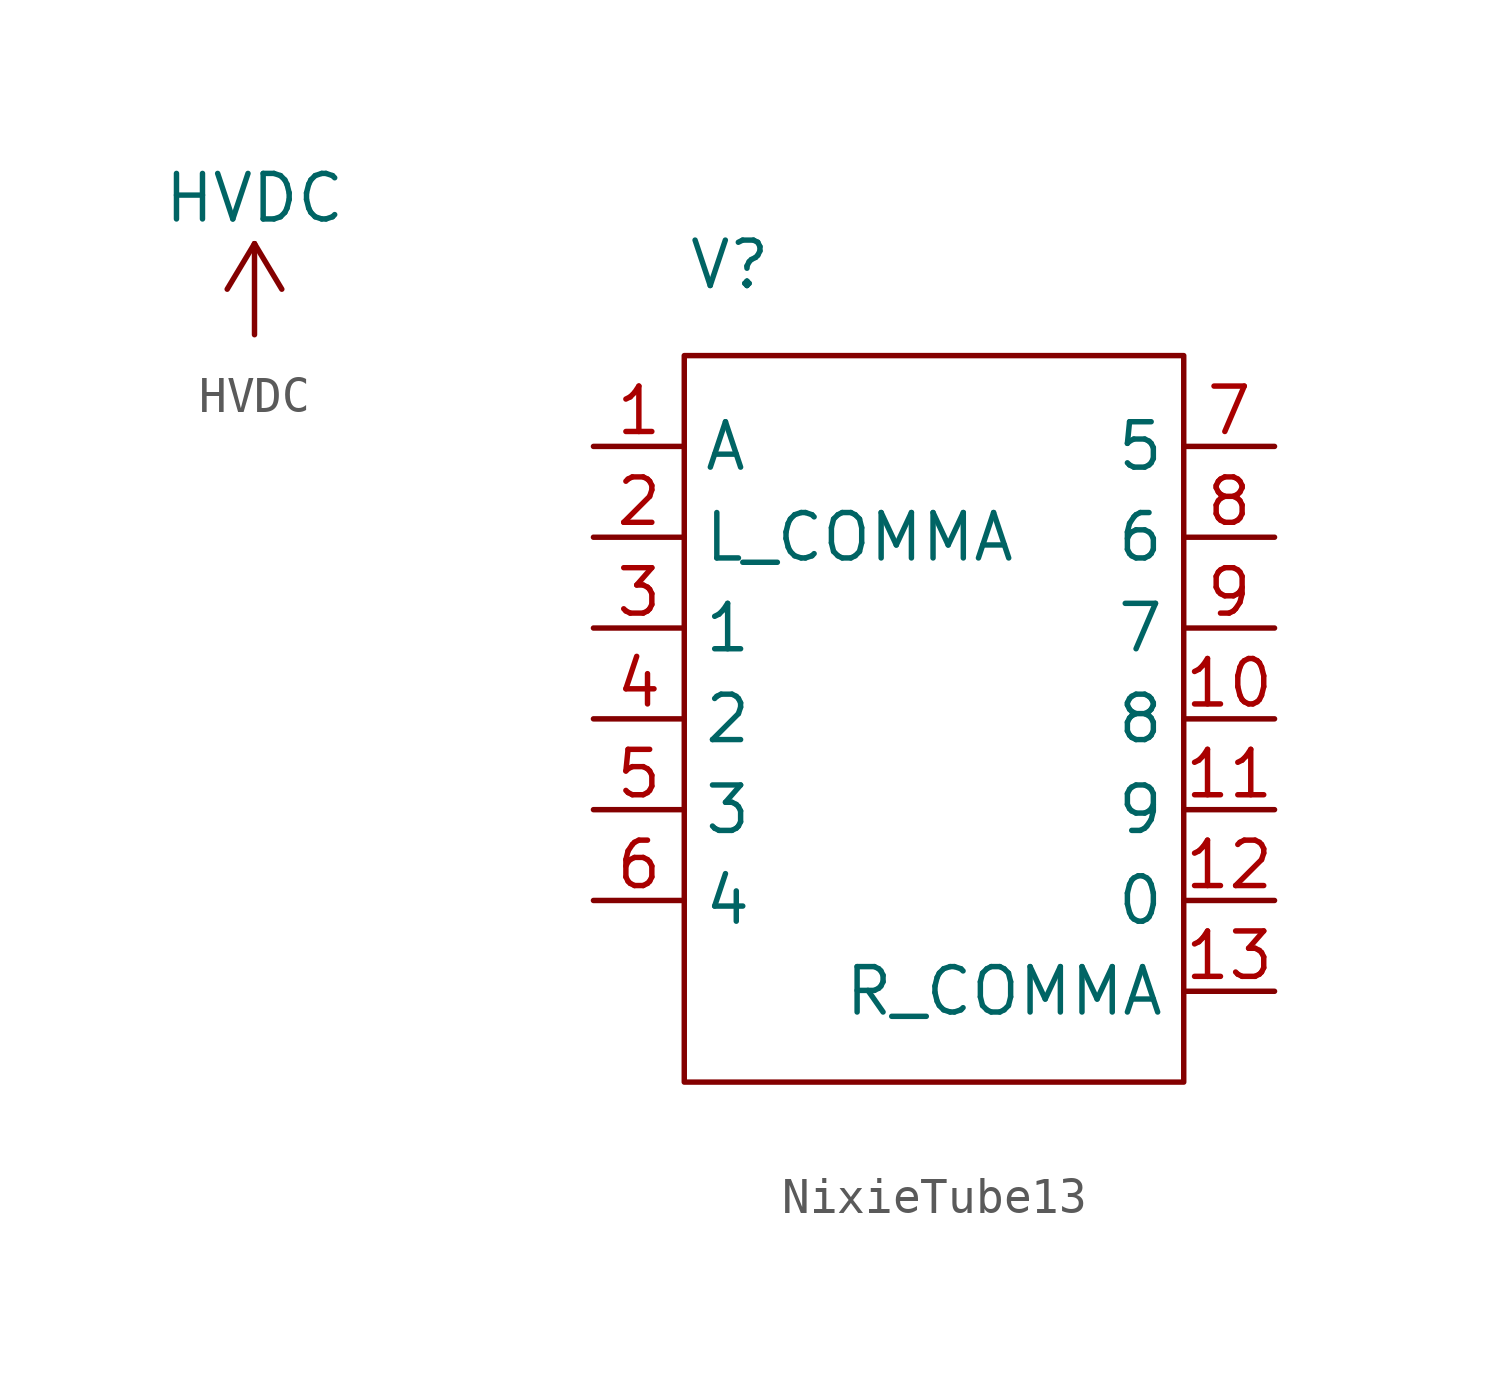
<source format=kicad_sym>
(kicad_symbol_lib
  (version 20220914)
  (generator kicad_symbol_editor)
  (symbol "HVDC"
    (power)
    (pin_names
      (offset 0))
    (property "Reference" "#PWR"
      (at 0 -3.81 0)
      (effects (font (size 1.27 1.27)) hide))
    (property "Value" "HVDC"
      (at 0 3.81 0)
      (effects (font (size 1.27 1.27))))
    (symbol "HVDC_0_1"
      (polyline (pts (xy -0.762 1.27) (xy 0 2.54)) (stroke (width 0) (type default)) (fill (type none)))
      (polyline (pts (xy 0 0) (xy 0 2.54)) (stroke (width 0) (type default)) (fill (type none)))
      (polyline (pts (xy 0 2.54) (xy 0.762 1.27)) (stroke (width 0) (type default)) (fill (type none))))
    (symbol "HVDC_1_1"
      (pin power_in line (at 0 0 90) (length 0) hide (name "HVDC" (effects (font (size 1.27 1.27)))) (number "1" (effects (font (size 1.27 1.27)))))))
  (symbol "NixieTube13"
    (property "Reference" "V"
      (at 11.43 3.81 0)
      (effects (font (size 1.27 1.27))))
    (property "Value" ""
      (at 11.43 3.81 0)
      (effects (font (size 1.27 1.27))))
    (symbol "NixieTube13_0_1"
      (rectangle (start 10.16 1.27) (end 24.13 -19.05) (stroke (width 0) (type default)) (fill (type none))))
    (symbol "NixieTube13_1_0"
      (pin input line (at 26.67 -8.89 180) (length 2.54) (name "8" (effects (font (size 1.27 1.27)))) (number "10" (effects (font (size 1.27 1.27)))))
      (pin input line (at 26.67 -11.43 180) (length 2.54) (name "9" (effects (font (size 1.27 1.27)))) (number "11" (effects (font (size 1.27 1.27)))))
      (pin input line (at 26.67 -13.97 180) (length 2.54) (name "0" (effects (font (size 1.27 1.27)))) (number "12" (effects (font (size 1.27 1.27)))))
      (pin input line (at 26.67 -16.51 180) (length 2.54) (name "R_COMMA" (effects (font (size 1.27 1.27)))) (number "13" (effects (font (size 1.27 1.27)))))
      (pin input line (at 7.62 -6.35 0) (length 2.54) (name "1" (effects (font (size 1.27 1.27)))) (number "3" (effects (font (size 1.27 1.27)))))
      (pin input line (at 7.62 -8.89 0) (length 2.54) (name "2" (effects (font (size 1.27 1.27)))) (number "4" (effects (font (size 1.27 1.27)))))
      (pin input line (at 7.62 -11.43 0) (length 2.54) (name "3" (effects (font (size 1.27 1.27)))) (number "5" (effects (font (size 1.27 1.27)))))
      (pin input line (at 7.62 -13.97 0) (length 2.54) (name "4" (effects (font (size 1.27 1.27)))) (number "6" (effects (font (size 1.27 1.27)))))
      (pin input line (at 26.67 -1.27 180) (length 2.54) (name "5" (effects (font (size 1.27 1.27)))) (number "7" (effects (font (size 1.27 1.27)))))
      (pin input line (at 26.67 -3.81 180) (length 2.54) (name "6" (effects (font (size 1.27 1.27)))) (number "8" (effects (font (size 1.27 1.27)))))
      (pin input line (at 26.67 -6.35 180) (length 2.54) (name "7" (effects (font (size 1.27 1.27)))) (number "9" (effects (font (size 1.27 1.27))))))
    (symbol "NixieTube13_1_1"
      (pin power_in line (at 7.62 -1.27 0) (length 2.54) (name "A" (effects (font (size 1.27 1.27)))) (number "1" (effects (font (size 1.27 1.27)))))
      (pin input line (at 7.62 -3.81 0) (length 2.54) (name "L_COMMA" (effects (font (size 1.27 1.27)))) (number "2" (effects (font (size 1.27 1.27))))))))
</source>
